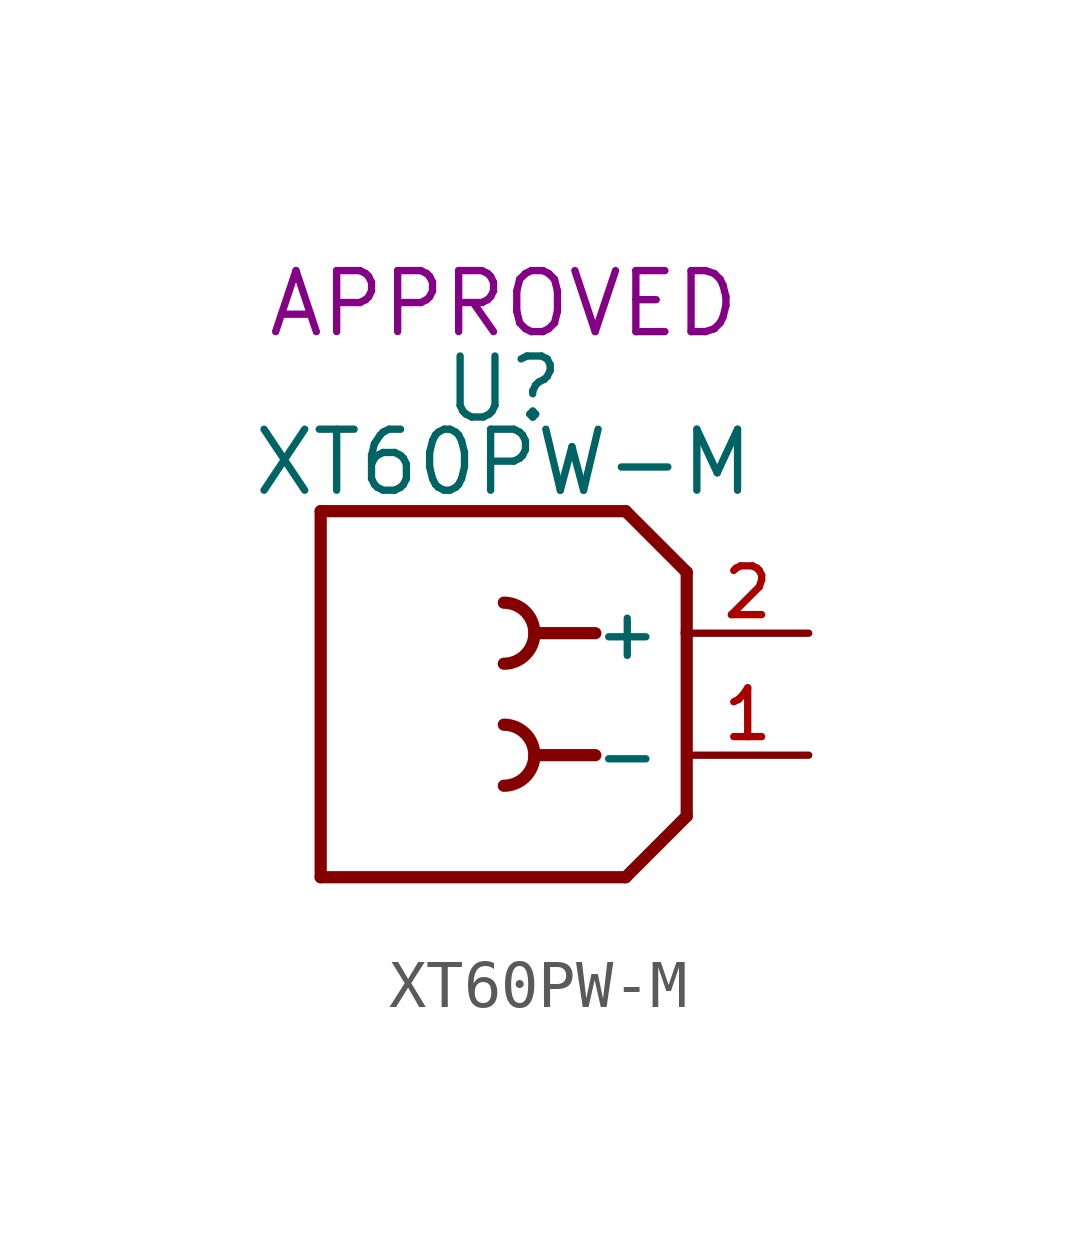
<source format=kicad_sym>
(kicad_symbol_lib
  (version 20231120)
  (generator "kicad_symbol_editor")
  (generator_version "8.0")
  (symbol "XT60PW-M"
    (property "Reference" "U"
      (at 0 0 0)
      (effects (font (size 1.27 1.27))))
    (property "Value" "XT60PW-M"
      (at 0 -1.524 0)
      (effects (font (size 1.27 1.27))))
    (property "STATUS" "APPROVED"
      (at 0 1.778 0)
      (effects (font (size 1.27 1.27))))
    (symbol "XT60PW-M_0_0"
      (polyline (pts (xy -3.81 -10.16) (xy -3.81 -2.54)) (stroke (width 0.254) (type default)) (fill (type none)))
      (polyline (pts (xy -3.81 -2.54) (xy 2.54 -2.54)) (stroke (width 0.254) (type default)) (fill (type none)))
      (polyline (pts (xy 1.908 -7.62) (xy 0.638 -7.62)) (stroke (width 0.254) (type default)) (fill (type none)))
      (polyline (pts (xy 1.908 -5.08) (xy 0.638 -5.08)) (stroke (width 0.254) (type default)) (fill (type none)))
      (polyline (pts (xy 2.54 -10.16) (xy -3.81 -10.16)) (stroke (width 0.254) (type default)) (fill (type none)))
      (polyline (pts (xy 3.81 -8.89) (xy 2.54 -10.16)) (stroke (width 0.254) (type default)) (fill (type none)))
      (polyline (pts (xy 3.81 -5.08) (xy 3.81 -8.89)) (stroke (width 0.254) (type default)) (fill (type none)))
      (polyline (pts (xy 3.81 -3.81) (xy 2.54 -2.54)) (stroke (width 0.254) (type default)) (fill (type none)))
      (polyline (pts (xy 3.81 -3.81) (xy 3.81 -5.08)) (stroke (width 0.254) (type default)) (fill (type none)))
      (arc (start 0.0027 -8.255) (mid 0.635 -7.62) (end 0.0027 -6.985) (stroke (width 0.254) (type default)) (fill (type none)))
      (arc (start 0.0027 -5.715) (mid 0.635 -5.08) (end 0.0027 -4.445) (stroke (width 0.254) (type default)) (fill (type none))))
    (symbol "XT60PW-M_1_0"
      (pin power_in line (at 6.35 -7.62 180) (length 2.54) (name "-" (effects (font (size 1.016 1.016)))) (number "1" (effects (font (size 1.016 1.016)))))
      (pin power_in line (at 6.35 -5.08 180) (length 2.54) (name "+" (effects (font (size 1.016 1.016)))) (number "2" (effects (font (size 1.016 1.016))))))))
</source>
